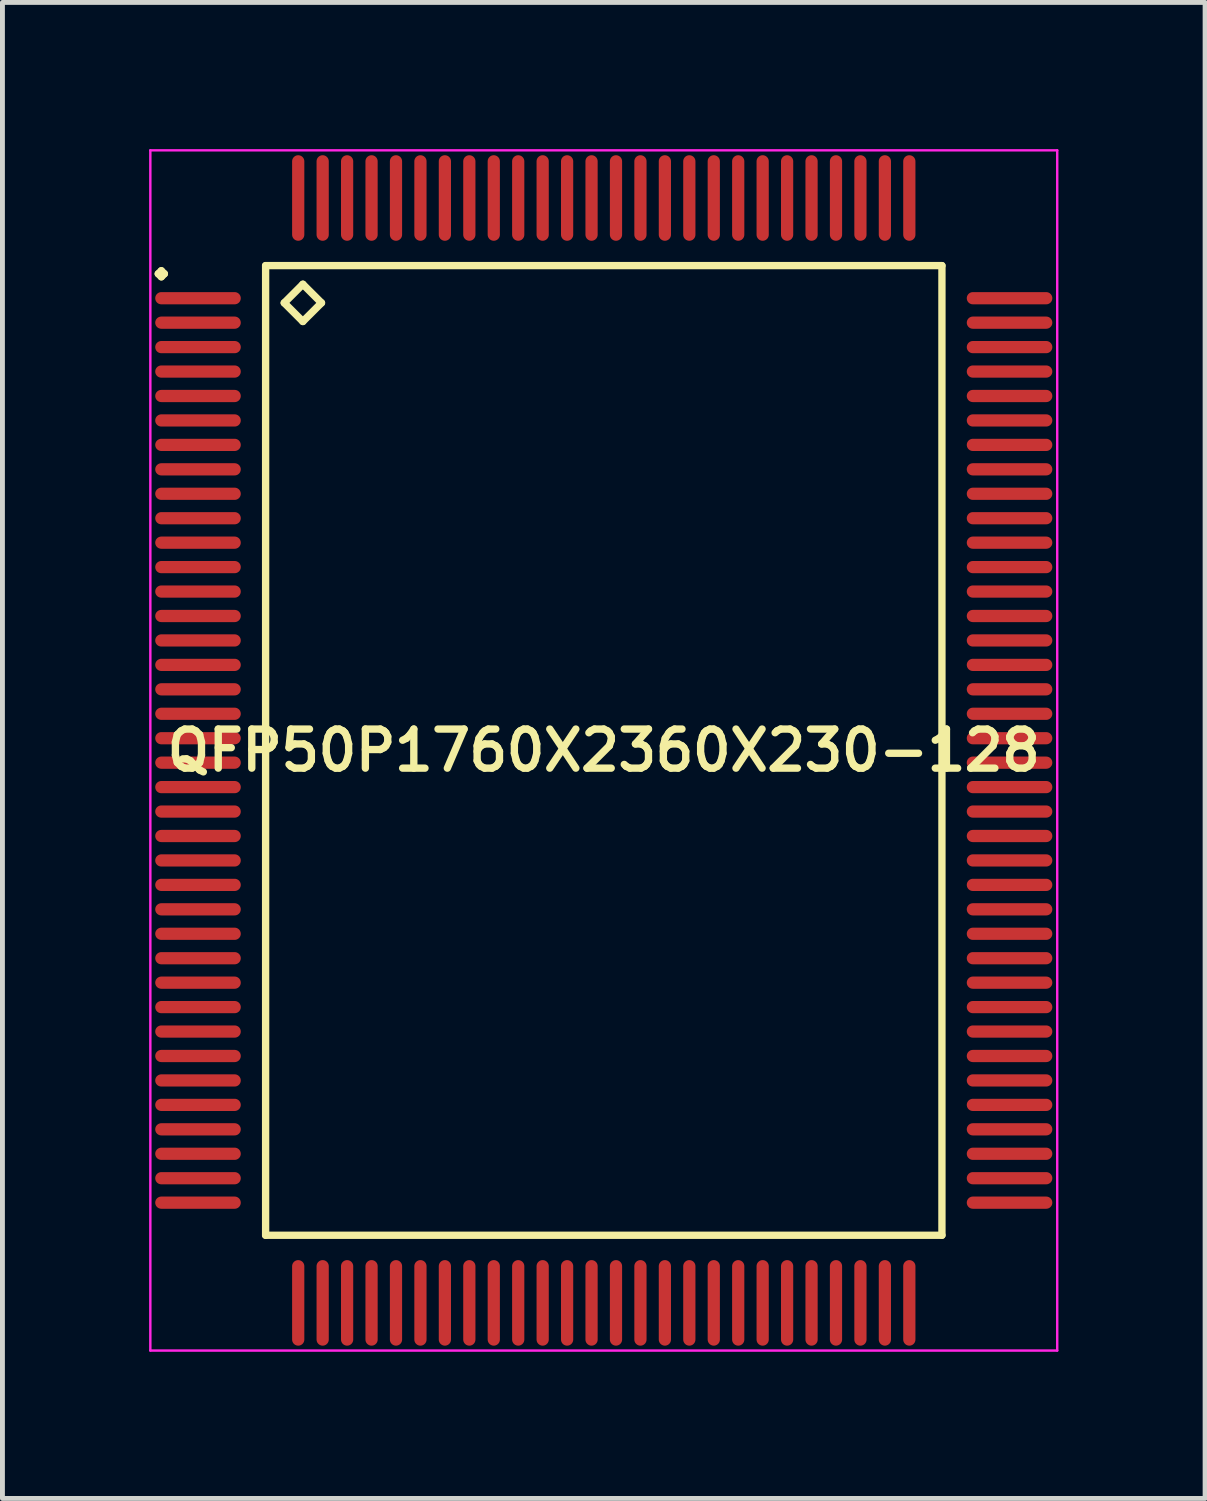
<source format=kicad_pcb>
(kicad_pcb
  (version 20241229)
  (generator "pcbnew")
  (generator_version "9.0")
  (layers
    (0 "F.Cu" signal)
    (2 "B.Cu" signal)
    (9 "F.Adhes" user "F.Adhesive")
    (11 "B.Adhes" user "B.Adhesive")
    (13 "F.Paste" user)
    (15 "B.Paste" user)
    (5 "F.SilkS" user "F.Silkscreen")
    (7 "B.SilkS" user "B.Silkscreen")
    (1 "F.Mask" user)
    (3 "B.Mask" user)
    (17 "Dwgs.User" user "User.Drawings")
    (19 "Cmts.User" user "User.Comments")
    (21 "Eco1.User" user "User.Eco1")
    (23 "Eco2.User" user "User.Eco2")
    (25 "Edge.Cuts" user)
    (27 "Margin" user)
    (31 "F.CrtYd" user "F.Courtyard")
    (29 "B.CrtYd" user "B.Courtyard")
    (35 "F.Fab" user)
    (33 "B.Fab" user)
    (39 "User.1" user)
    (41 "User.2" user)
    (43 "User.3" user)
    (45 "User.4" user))
  (footprint "QFP50P1760X2360X230-128"
    (layer "F.Cu")
    (at 9.3 12.3)
    (property "Reference" "QFP50P1760X2360X230-128" (at 0 0 0) (layer "F.SilkS") (effects (font (size 0.8 0.8) (thickness 0.15))))
    (attr smd)
    (fp_line (start -9.113 -9.75) (end -9.05 -9.812) (stroke (width 0.15) (type solid)) (layer "F.SilkS"))
    (fp_line (start -9.05 -9.812) (end -8.988 -9.75) (stroke (width 0.15) (type solid)) (layer "F.SilkS"))
    (fp_line (start -9.05 -9.688) (end -9.113 -9.75) (stroke (width 0.15) (type solid)) (layer "F.SilkS"))
    (fp_line (start -8.988 -9.75) (end -9.05 -9.688) (stroke (width 0.15) (type solid)) (layer "F.SilkS"))
    (fp_line (start -6.917 -9.917) (end -6.917 9.917) (stroke (width 0.15) (type solid)) (layer "F.SilkS"))
    (fp_line (start -6.917 9.917) (end 6.917 9.917) (stroke (width 0.15) (type solid)) (layer "F.SilkS"))
    (fp_line (start -6.536 -9.155) (end -6.155 -9.536) (stroke (width 0.15) (type solid)) (layer "F.SilkS"))
    (fp_line (start -6.155 -9.536) (end -5.774 -9.155) (stroke (width 0.15) (type solid)) (layer "F.SilkS"))
    (fp_line (start -6.155 -8.774) (end -6.536 -9.155) (stroke (width 0.15) (type solid)) (layer "F.SilkS"))
    (fp_line (start -5.774 -9.155) (end -6.155 -8.774) (stroke (width 0.15) (type solid)) (layer "F.SilkS"))
    (fp_line (start 6.917 -9.917) (end -6.917 -9.917) (stroke (width 0.15) (type solid)) (layer "F.SilkS"))
    (fp_line (start 6.917 9.917) (end 6.917 -9.917) (stroke (width 0.15) (type solid)) (layer "F.SilkS"))
    (fp_line (start -9.275 -12.275) (end 9.275 -12.275) (stroke (width 0.05) (type solid)) (layer "F.CrtYd"))
    (fp_line (start -9.275 12.275) (end -9.275 -12.275) (stroke (width 0.05) (type solid)) (layer "F.CrtYd"))
    (fp_line (start 9.275 -12.275) (end 9.275 12.275) (stroke (width 0.05) (type solid)) (layer "F.CrtYd"))
    (fp_line (start 9.275 12.275) (end -9.275 12.275) (stroke (width 0.05) (type solid)) (layer "F.CrtYd"))
    (pad "1" smd oval (at -8.3 -9.25) (size 1.75 0.25) (layers "F.Cu" "F.Mask" "F.Paste"))
    (pad "2" smd oval (at -8.3 -8.75) (size 1.75 0.25) (layers "F.Cu" "F.Mask" "F.Paste"))
    (pad "3" smd oval (at -8.3 -8.25) (size 1.75 0.25) (layers "F.Cu" "F.Mask" "F.Paste"))
    (pad "4" smd oval (at -8.3 -7.75) (size 1.75 0.25) (layers "F.Cu" "F.Mask" "F.Paste"))
    (pad "5" smd oval (at -8.3 -7.25) (size 1.75 0.25) (layers "F.Cu" "F.Mask" "F.Paste"))
    (pad "6" smd oval (at -8.3 -6.75) (size 1.75 0.25) (layers "F.Cu" "F.Mask" "F.Paste"))
    (pad "7" smd oval (at -8.3 -6.25) (size 1.75 0.25) (layers "F.Cu" "F.Mask" "F.Paste"))
    (pad "8" smd oval (at -8.3 -5.75) (size 1.75 0.25) (layers "F.Cu" "F.Mask" "F.Paste"))
    (pad "9" smd oval (at -8.3 -5.25) (size 1.75 0.25) (layers "F.Cu" "F.Mask" "F.Paste"))
    (pad "10" smd oval (at -8.3 -4.75) (size 1.75 0.25) (layers "F.Cu" "F.Mask" "F.Paste"))
    (pad "11" smd oval (at -8.3 -4.25) (size 1.75 0.25) (layers "F.Cu" "F.Mask" "F.Paste"))
    (pad "12" smd oval (at -8.3 -3.75) (size 1.75 0.25) (layers "F.Cu" "F.Mask" "F.Paste"))
    (pad "13" smd oval (at -8.3 -3.25) (size 1.75 0.25) (layers "F.Cu" "F.Mask" "F.Paste"))
    (pad "14" smd oval (at -8.3 -2.75) (size 1.75 0.25) (layers "F.Cu" "F.Mask" "F.Paste"))
    (pad "15" smd oval (at -8.3 -2.25) (size 1.75 0.25) (layers "F.Cu" "F.Mask" "F.Paste"))
    (pad "16" smd oval (at -8.3 -1.75) (size 1.75 0.25) (layers "F.Cu" "F.Mask" "F.Paste"))
    (pad "17" smd oval (at -8.3 -1.25) (size 1.75 0.25) (layers "F.Cu" "F.Mask" "F.Paste"))
    (pad "18" smd oval (at -8.3 -0.75) (size 1.75 0.25) (layers "F.Cu" "F.Mask" "F.Paste"))
    (pad "19" smd oval (at -8.3 -0.25) (size 1.75 0.25) (layers "F.Cu" "F.Mask" "F.Paste"))
    (pad "20" smd oval (at -8.3 0.25) (size 1.75 0.25) (layers "F.Cu" "F.Mask" "F.Paste"))
    (pad "21" smd oval (at -8.3 0.75) (size 1.75 0.25) (layers "F.Cu" "F.Mask" "F.Paste"))
    (pad "22" smd oval (at -8.3 1.25) (size 1.75 0.25) (layers "F.Cu" "F.Mask" "F.Paste"))
    (pad "23" smd oval (at -8.3 1.75) (size 1.75 0.25) (layers "F.Cu" "F.Mask" "F.Paste"))
    (pad "24" smd oval (at -8.3 2.25) (size 1.75 0.25) (layers "F.Cu" "F.Mask" "F.Paste"))
    (pad "25" smd oval (at -8.3 2.75) (size 1.75 0.25) (layers "F.Cu" "F.Mask" "F.Paste"))
    (pad "26" smd oval (at -8.3 3.25) (size 1.75 0.25) (layers "F.Cu" "F.Mask" "F.Paste"))
    (pad "27" smd oval (at -8.3 3.75) (size 1.75 0.25) (layers "F.Cu" "F.Mask" "F.Paste"))
    (pad "28" smd oval (at -8.3 4.25) (size 1.75 0.25) (layers "F.Cu" "F.Mask" "F.Paste"))
    (pad "29" smd oval (at -8.3 4.75) (size 1.75 0.25) (layers "F.Cu" "F.Mask" "F.Paste"))
    (pad "30" smd oval (at -8.3 5.25) (size 1.75 0.25) (layers "F.Cu" "F.Mask" "F.Paste"))
    (pad "31" smd oval (at -8.3 5.75) (size 1.75 0.25) (layers "F.Cu" "F.Mask" "F.Paste"))
    (pad "32" smd oval (at -8.3 6.25) (size 1.75 0.25) (layers "F.Cu" "F.Mask" "F.Paste"))
    (pad "33" smd oval (at -8.3 6.75) (size 1.75 0.25) (layers "F.Cu" "F.Mask" "F.Paste"))
    (pad "34" smd oval (at -8.3 7.25) (size 1.75 0.25) (layers "F.Cu" "F.Mask" "F.Paste"))
    (pad "35" smd oval (at -8.3 7.75) (size 1.75 0.25) (layers "F.Cu" "F.Mask" "F.Paste"))
    (pad "36" smd oval (at -8.3 8.25) (size 1.75 0.25) (layers "F.Cu" "F.Mask" "F.Paste"))
    (pad "37" smd oval (at -8.3 8.75) (size 1.75 0.25) (layers "F.Cu" "F.Mask" "F.Paste"))
    (pad "38" smd oval (at -8.3 9.25) (size 1.75 0.25) (layers "F.Cu" "F.Mask" "F.Paste"))
    (pad "39" smd oval (at -6.25 11.3) (size 0.25 1.75) (layers "F.Cu" "F.Mask" "F.Paste"))
    (pad "40" smd oval (at -5.75 11.3) (size 0.25 1.75) (layers "F.Cu" "F.Mask" "F.Paste"))
    (pad "41" smd oval (at -5.25 11.3) (size 0.25 1.75) (layers "F.Cu" "F.Mask" "F.Paste"))
    (pad "42" smd oval (at -4.75 11.3) (size 0.25 1.75) (layers "F.Cu" "F.Mask" "F.Paste"))
    (pad "43" smd oval (at -4.25 11.3) (size 0.25 1.75) (layers "F.Cu" "F.Mask" "F.Paste"))
    (pad "44" smd oval (at -3.75 11.3) (size 0.25 1.75) (layers "F.Cu" "F.Mask" "F.Paste"))
    (pad "45" smd oval (at -3.25 11.3) (size 0.25 1.75) (layers "F.Cu" "F.Mask" "F.Paste"))
    (pad "46" smd oval (at -2.75 11.3) (size 0.25 1.75) (layers "F.Cu" "F.Mask" "F.Paste"))
    (pad "47" smd oval (at -2.25 11.3) (size 0.25 1.75) (layers "F.Cu" "F.Mask" "F.Paste"))
    (pad "48" smd oval (at -1.75 11.3) (size 0.25 1.75) (layers "F.Cu" "F.Mask" "F.Paste"))
    (pad "49" smd oval (at -1.25 11.3) (size 0.25 1.75) (layers "F.Cu" "F.Mask" "F.Paste"))
    (pad "50" smd oval (at -0.75 11.3) (size 0.25 1.75) (layers "F.Cu" "F.Mask" "F.Paste"))
    (pad "51" smd oval (at -0.25 11.3) (size 0.25 1.75) (layers "F.Cu" "F.Mask" "F.Paste"))
    (pad "52" smd oval (at 0.25 11.3) (size 0.25 1.75) (layers "F.Cu" "F.Mask" "F.Paste"))
    (pad "53" smd oval (at 0.75 11.3) (size 0.25 1.75) (layers "F.Cu" "F.Mask" "F.Paste"))
    (pad "54" smd oval (at 1.25 11.3) (size 0.25 1.75) (layers "F.Cu" "F.Mask" "F.Paste"))
    (pad "55" smd oval (at 1.75 11.3) (size 0.25 1.75) (layers "F.Cu" "F.Mask" "F.Paste"))
    (pad "56" smd oval (at 2.25 11.3) (size 0.25 1.75) (layers "F.Cu" "F.Mask" "F.Paste"))
    (pad "57" smd oval (at 2.75 11.3) (size 0.25 1.75) (layers "F.Cu" "F.Mask" "F.Paste"))
    (pad "58" smd oval (at 3.25 11.3) (size 0.25 1.75) (layers "F.Cu" "F.Mask" "F.Paste"))
    (pad "59" smd oval (at 3.75 11.3) (size 0.25 1.75) (layers "F.Cu" "F.Mask" "F.Paste"))
    (pad "60" smd oval (at 4.25 11.3) (size 0.25 1.75) (layers "F.Cu" "F.Mask" "F.Paste"))
    (pad "61" smd oval (at 4.75 11.3) (size 0.25 1.75) (layers "F.Cu" "F.Mask" "F.Paste"))
    (pad "62" smd oval (at 5.25 11.3) (size 0.25 1.75) (layers "F.Cu" "F.Mask" "F.Paste"))
    (pad "63" smd oval (at 5.75 11.3) (size 0.25 1.75) (layers "F.Cu" "F.Mask" "F.Paste"))
    (pad "64" smd oval (at 6.25 11.3) (size 0.25 1.75) (layers "F.Cu" "F.Mask" "F.Paste"))
    (pad "65" smd oval (at 8.3 9.25) (size 1.75 0.25) (layers "F.Cu" "F.Mask" "F.Paste"))
    (pad "66" smd oval (at 8.3 8.75) (size 1.75 0.25) (layers "F.Cu" "F.Mask" "F.Paste"))
    (pad "67" smd oval (at 8.3 8.25) (size 1.75 0.25) (layers "F.Cu" "F.Mask" "F.Paste"))
    (pad "68" smd oval (at 8.3 7.75) (size 1.75 0.25) (layers "F.Cu" "F.Mask" "F.Paste"))
    (pad "69" smd oval (at 8.3 7.25) (size 1.75 0.25) (layers "F.Cu" "F.Mask" "F.Paste"))
    (pad "70" smd oval (at 8.3 6.75) (size 1.75 0.25) (layers "F.Cu" "F.Mask" "F.Paste"))
    (pad "71" smd oval (at 8.3 6.25) (size 1.75 0.25) (layers "F.Cu" "F.Mask" "F.Paste"))
    (pad "72" smd oval (at 8.3 5.75) (size 1.75 0.25) (layers "F.Cu" "F.Mask" "F.Paste"))
    (pad "73" smd oval (at 8.3 5.25) (size 1.75 0.25) (layers "F.Cu" "F.Mask" "F.Paste"))
    (pad "74" smd oval (at 8.3 4.75) (size 1.75 0.25) (layers "F.Cu" "F.Mask" "F.Paste"))
    (pad "75" smd oval (at 8.3 4.25) (size 1.75 0.25) (layers "F.Cu" "F.Mask" "F.Paste"))
    (pad "76" smd oval (at 8.3 3.75) (size 1.75 0.25) (layers "F.Cu" "F.Mask" "F.Paste"))
    (pad "77" smd oval (at 8.3 3.25) (size 1.75 0.25) (layers "F.Cu" "F.Mask" "F.Paste"))
    (pad "78" smd oval (at 8.3 2.75) (size 1.75 0.25) (layers "F.Cu" "F.Mask" "F.Paste"))
    (pad "79" smd oval (at 8.3 2.25) (size 1.75 0.25) (layers "F.Cu" "F.Mask" "F.Paste"))
    (pad "80" smd oval (at 8.3 1.75) (size 1.75 0.25) (layers "F.Cu" "F.Mask" "F.Paste"))
    (pad "81" smd oval (at 8.3 1.25) (size 1.75 0.25) (layers "F.Cu" "F.Mask" "F.Paste"))
    (pad "82" smd oval (at 8.3 0.75) (size 1.75 0.25) (layers "F.Cu" "F.Mask" "F.Paste"))
    (pad "83" smd oval (at 8.3 0.25) (size 1.75 0.25) (layers "F.Cu" "F.Mask" "F.Paste"))
    (pad "84" smd oval (at 8.3 -0.25) (size 1.75 0.25) (layers "F.Cu" "F.Mask" "F.Paste"))
    (pad "85" smd oval (at 8.3 -0.75) (size 1.75 0.25) (layers "F.Cu" "F.Mask" "F.Paste"))
    (pad "86" smd oval (at 8.3 -1.25) (size 1.75 0.25) (layers "F.Cu" "F.Mask" "F.Paste"))
    (pad "87" smd oval (at 8.3 -1.75) (size 1.75 0.25) (layers "F.Cu" "F.Mask" "F.Paste"))
    (pad "88" smd oval (at 8.3 -2.25) (size 1.75 0.25) (layers "F.Cu" "F.Mask" "F.Paste"))
    (pad "89" smd oval (at 8.3 -2.75) (size 1.75 0.25) (layers "F.Cu" "F.Mask" "F.Paste"))
    (pad "90" smd oval (at 8.3 -3.25) (size 1.75 0.25) (layers "F.Cu" "F.Mask" "F.Paste"))
    (pad "91" smd oval (at 8.3 -3.75) (size 1.75 0.25) (layers "F.Cu" "F.Mask" "F.Paste"))
    (pad "92" smd oval (at 8.3 -4.25) (size 1.75 0.25) (layers "F.Cu" "F.Mask" "F.Paste"))
    (pad "93" smd oval (at 8.3 -4.75) (size 1.75 0.25) (layers "F.Cu" "F.Mask" "F.Paste"))
    (pad "94" smd oval (at 8.3 -5.25) (size 1.75 0.25) (layers "F.Cu" "F.Mask" "F.Paste"))
    (pad "95" smd oval (at 8.3 -5.75) (size 1.75 0.25) (layers "F.Cu" "F.Mask" "F.Paste"))
    (pad "96" smd oval (at 8.3 -6.25) (size 1.75 0.25) (layers "F.Cu" "F.Mask" "F.Paste"))
    (pad "97" smd oval (at 8.3 -6.75) (size 1.75 0.25) (layers "F.Cu" "F.Mask" "F.Paste"))
    (pad "98" smd oval (at 8.3 -7.25) (size 1.75 0.25) (layers "F.Cu" "F.Mask" "F.Paste"))
    (pad "99" smd oval (at 8.3 -7.75) (size 1.75 0.25) (layers "F.Cu" "F.Mask" "F.Paste"))
    (pad "100" smd oval (at 8.3 -8.25) (size 1.75 0.25) (layers "F.Cu" "F.Mask" "F.Paste"))
    (pad "101" smd oval (at 8.3 -8.75) (size 1.75 0.25) (layers "F.Cu" "F.Mask" "F.Paste"))
    (pad "102" smd oval (at 8.3 -9.25) (size 1.75 0.25) (layers "F.Cu" "F.Mask" "F.Paste"))
    (pad "103" smd oval (at 6.25 -11.3) (size 0.25 1.75) (layers "F.Cu" "F.Mask" "F.Paste"))
    (pad "104" smd oval (at 5.75 -11.3) (size 0.25 1.75) (layers "F.Cu" "F.Mask" "F.Paste"))
    (pad "105" smd oval (at 5.25 -11.3) (size 0.25 1.75) (layers "F.Cu" "F.Mask" "F.Paste"))
    (pad "106" smd oval (at 4.75 -11.3) (size 0.25 1.75) (layers "F.Cu" "F.Mask" "F.Paste"))
    (pad "107" smd oval (at 4.25 -11.3) (size 0.25 1.75) (layers "F.Cu" "F.Mask" "F.Paste"))
    (pad "108" smd oval (at 3.75 -11.3) (size 0.25 1.75) (layers "F.Cu" "F.Mask" "F.Paste"))
    (pad "109" smd oval (at 3.25 -11.3) (size 0.25 1.75) (layers "F.Cu" "F.Mask" "F.Paste"))
    (pad "110" smd oval (at 2.75 -11.3) (size 0.25 1.75) (layers "F.Cu" "F.Mask" "F.Paste"))
    (pad "111" smd oval (at 2.25 -11.3) (size 0.25 1.75) (layers "F.Cu" "F.Mask" "F.Paste"))
    (pad "112" smd oval (at 1.75 -11.3) (size 0.25 1.75) (layers "F.Cu" "F.Mask" "F.Paste"))
    (pad "113" smd oval (at 1.25 -11.3) (size 0.25 1.75) (layers "F.Cu" "F.Mask" "F.Paste"))
    (pad "114" smd oval (at 0.75 -11.3) (size 0.25 1.75) (layers "F.Cu" "F.Mask" "F.Paste"))
    (pad "115" smd oval (at 0.25 -11.3) (size 0.25 1.75) (layers "F.Cu" "F.Mask" "F.Paste"))
    (pad "116" smd oval (at -0.25 -11.3) (size 0.25 1.75) (layers "F.Cu" "F.Mask" "F.Paste"))
    (pad "117" smd oval (at -0.75 -11.3) (size 0.25 1.75) (layers "F.Cu" "F.Mask" "F.Paste"))
    (pad "118" smd oval (at -1.25 -11.3) (size 0.25 1.75) (layers "F.Cu" "F.Mask" "F.Paste"))
    (pad "119" smd oval (at -1.75 -11.3) (size 0.25 1.75) (layers "F.Cu" "F.Mask" "F.Paste"))
    (pad "120" smd oval (at -2.25 -11.3) (size 0.25 1.75) (layers "F.Cu" "F.Mask" "F.Paste"))
    (pad "121" smd oval (at -2.75 -11.3) (size 0.25 1.75) (layers "F.Cu" "F.Mask" "F.Paste"))
    (pad "122" smd oval (at -3.25 -11.3) (size 0.25 1.75) (layers "F.Cu" "F.Mask" "F.Paste"))
    (pad "123" smd oval (at -3.75 -11.3) (size 0.25 1.75) (layers "F.Cu" "F.Mask" "F.Paste"))
    (pad "124" smd oval (at -4.25 -11.3) (size 0.25 1.75) (layers "F.Cu" "F.Mask" "F.Paste"))
    (pad "125" smd oval (at -4.75 -11.3) (size 0.25 1.75) (layers "F.Cu" "F.Mask" "F.Paste"))
    (pad "126" smd oval (at -5.25 -11.3) (size 0.25 1.75) (layers "F.Cu" "F.Mask" "F.Paste"))
    (pad "127" smd oval (at -5.75 -11.3) (size 0.25 1.75) (layers "F.Cu" "F.Mask" "F.Paste"))
    (pad "128" smd oval (at -6.25 -11.3) (size 0.25 1.75) (layers "F.Cu" "F.Mask" "F.Paste")))
  (gr_rect
    (start -3 -3)
    (end 21.6 27.6)
    (stroke (width 0.1) (type default))
    (fill no)
    (layer "Edge.Cuts")))
</source>
